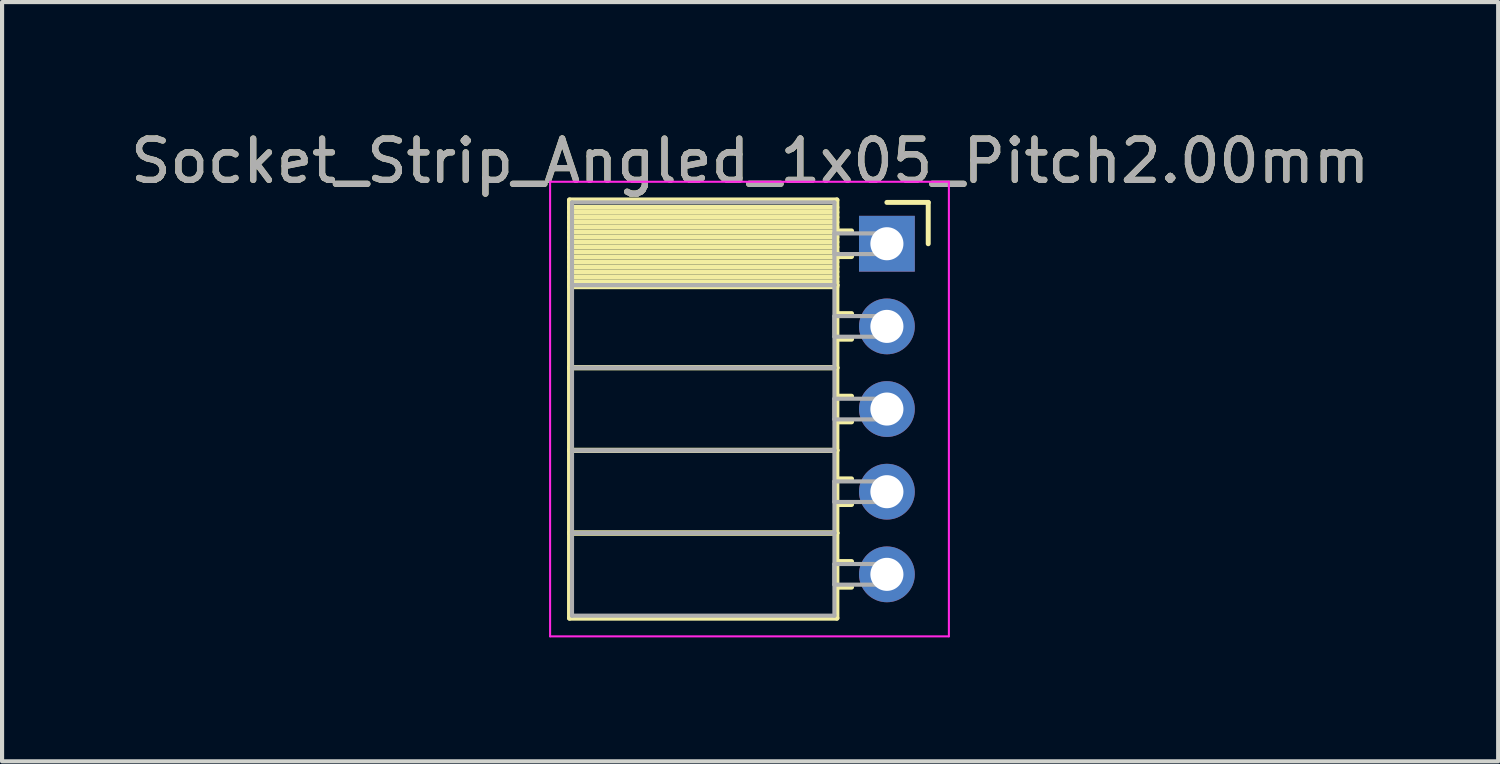
<source format=kicad_pcb>
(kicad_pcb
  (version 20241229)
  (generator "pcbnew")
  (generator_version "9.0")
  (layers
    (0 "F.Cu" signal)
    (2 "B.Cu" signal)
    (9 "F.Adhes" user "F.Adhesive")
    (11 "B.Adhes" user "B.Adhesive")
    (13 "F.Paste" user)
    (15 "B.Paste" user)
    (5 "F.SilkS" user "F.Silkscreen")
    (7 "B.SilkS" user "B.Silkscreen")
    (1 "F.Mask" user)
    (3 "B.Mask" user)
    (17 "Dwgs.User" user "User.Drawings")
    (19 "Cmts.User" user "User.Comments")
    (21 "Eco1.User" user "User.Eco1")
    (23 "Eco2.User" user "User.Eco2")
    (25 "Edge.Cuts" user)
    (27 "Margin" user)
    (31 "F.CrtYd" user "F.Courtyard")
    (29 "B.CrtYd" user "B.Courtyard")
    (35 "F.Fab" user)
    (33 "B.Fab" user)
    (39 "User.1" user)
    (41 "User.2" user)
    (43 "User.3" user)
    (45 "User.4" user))
  (footprint "Socket_Strip_Angled_1x05_Pitch2.00mm"
    (layer "F.Cu")
    (at 18.411 2.848)
    (property "Reference" "Socket_Strip_Angled_1x05_Pitch2.00mm" (at -3.31 -2 0) (layer "F.SilkS") (effects (font (size 1 1) (thickness 0.15))))
    (attr through_hole)
    (fp_line (start -7.68 -1.06) (end -1.21 -1.06) (stroke (width 0.12) (type solid)) (layer "F.SilkS"))
    (fp_line (start -7.68 1) (end -7.68 -1.06) (stroke (width 0.12) (type solid)) (layer "F.SilkS"))
    (fp_line (start -7.68 1) (end -1.21 1) (stroke (width 0.12) (type solid)) (layer "F.SilkS"))
    (fp_line (start -7.68 3) (end -7.68 1) (stroke (width 0.12) (type solid)) (layer "F.SilkS"))
    (fp_line (start -7.68 3) (end -1.21 3) (stroke (width 0.12) (type solid)) (layer "F.SilkS"))
    (fp_line (start -7.68 5) (end -7.68 3) (stroke (width 0.12) (type solid)) (layer "F.SilkS"))
    (fp_line (start -7.68 5) (end -1.21 5) (stroke (width 0.12) (type solid)) (layer "F.SilkS"))
    (fp_line (start -7.68 7) (end -7.68 5) (stroke (width 0.12) (type solid)) (layer "F.SilkS"))
    (fp_line (start -7.68 7) (end -1.21 7) (stroke (width 0.12) (type solid)) (layer "F.SilkS"))
    (fp_line (start -7.68 9.06) (end -7.68 7) (stroke (width 0.12) (type solid)) (layer "F.SilkS"))
    (fp_line (start -1.21 -1.06) (end -1.21 1) (stroke (width 0.12) (type solid)) (layer "F.SilkS"))
    (fp_line (start -1.21 -0.88) (end -7.68 -0.88) (stroke (width 0.12) (type solid)) (layer "F.SilkS"))
    (fp_line (start -1.21 -0.76) (end -7.68 -0.76) (stroke (width 0.12) (type solid)) (layer "F.SilkS"))
    (fp_line (start -1.21 -0.64) (end -7.68 -0.64) (stroke (width 0.12) (type solid)) (layer "F.SilkS"))
    (fp_line (start -1.21 -0.52) (end -7.68 -0.52) (stroke (width 0.12) (type solid)) (layer "F.SilkS"))
    (fp_line (start -1.21 -0.4) (end -7.68 -0.4) (stroke (width 0.12) (type solid)) (layer "F.SilkS"))
    (fp_line (start -1.21 -0.28) (end -7.68 -0.28) (stroke (width 0.12) (type solid)) (layer "F.SilkS"))
    (fp_line (start -1.21 -0.16) (end -7.68 -0.16) (stroke (width 0.12) (type solid)) (layer "F.SilkS"))
    (fp_line (start -1.21 -0.04) (end -7.68 -0.04) (stroke (width 0.12) (type solid)) (layer "F.SilkS"))
    (fp_line (start -1.21 0.08) (end -7.68 0.08) (stroke (width 0.12) (type solid)) (layer "F.SilkS"))
    (fp_line (start -1.21 0.2) (end -7.68 0.2) (stroke (width 0.12) (type solid)) (layer "F.SilkS"))
    (fp_line (start -1.21 0.32) (end -7.68 0.32) (stroke (width 0.12) (type solid)) (layer "F.SilkS"))
    (fp_line (start -1.21 0.44) (end -7.68 0.44) (stroke (width 0.12) (type solid)) (layer "F.SilkS"))
    (fp_line (start -1.21 0.56) (end -7.68 0.56) (stroke (width 0.12) (type solid)) (layer "F.SilkS"))
    (fp_line (start -1.21 0.68) (end -7.68 0.68) (stroke (width 0.12) (type solid)) (layer "F.SilkS"))
    (fp_line (start -1.21 0.8) (end -7.68 0.8) (stroke (width 0.12) (type solid)) (layer "F.SilkS"))
    (fp_line (start -1.21 0.92) (end -7.68 0.92) (stroke (width 0.12) (type solid)) (layer "F.SilkS"))
    (fp_line (start -1.21 1) (end -7.68 1) (stroke (width 0.12) (type solid)) (layer "F.SilkS"))
    (fp_line (start -1.21 1) (end -1.21 3) (stroke (width 0.12) (type solid)) (layer "F.SilkS"))
    (fp_line (start -1.21 1.04) (end -7.68 1.04) (stroke (width 0.12) (type solid)) (layer "F.SilkS"))
    (fp_line (start -1.21 3) (end -7.68 3) (stroke (width 0.12) (type solid)) (layer "F.SilkS"))
    (fp_line (start -1.21 3) (end -1.21 5) (stroke (width 0.12) (type solid)) (layer "F.SilkS"))
    (fp_line (start -1.21 5) (end -7.68 5) (stroke (width 0.12) (type solid)) (layer "F.SilkS"))
    (fp_line (start -1.21 5) (end -1.21 7) (stroke (width 0.12) (type solid)) (layer "F.SilkS"))
    (fp_line (start -1.21 7) (end -7.68 7) (stroke (width 0.12) (type solid)) (layer "F.SilkS"))
    (fp_line (start -1.21 7) (end -1.21 9.06) (stroke (width 0.12) (type solid)) (layer "F.SilkS"))
    (fp_line (start -1.21 9.06) (end -7.68 9.06) (stroke (width 0.12) (type solid)) (layer "F.SilkS"))
    (fp_line (start -0.855 -0.31) (end -1.21 -0.31) (stroke (width 0.12) (type solid)) (layer "F.SilkS"))
    (fp_line (start -0.855 0.31) (end -1.21 0.31) (stroke (width 0.12) (type solid)) (layer "F.SilkS"))
    (fp_line (start -0.855 1.69) (end -1.21 1.69) (stroke (width 0.12) (type solid)) (layer "F.SilkS"))
    (fp_line (start -0.855 2.31) (end -1.21 2.31) (stroke (width 0.12) (type solid)) (layer "F.SilkS"))
    (fp_line (start -0.855 3.69) (end -1.21 3.69) (stroke (width 0.12) (type solid)) (layer "F.SilkS"))
    (fp_line (start -0.855 4.31) (end -1.21 4.31) (stroke (width 0.12) (type solid)) (layer "F.SilkS"))
    (fp_line (start -0.855 5.69) (end -1.21 5.69) (stroke (width 0.12) (type solid)) (layer "F.SilkS"))
    (fp_line (start -0.855 6.31) (end -1.21 6.31) (stroke (width 0.12) (type solid)) (layer "F.SilkS"))
    (fp_line (start -0.855 7.69) (end -1.21 7.69) (stroke (width 0.12) (type solid)) (layer "F.SilkS"))
    (fp_line (start -0.855 8.31) (end -1.21 8.31) (stroke (width 0.12) (type solid)) (layer "F.SilkS"))
    (fp_line (start 0 -1) (end 1 -1) (stroke (width 0.12) (type solid)) (layer "F.SilkS"))
    (fp_line (start 1 -1) (end 1 0) (stroke (width 0.12) (type solid)) (layer "F.SilkS"))
    (fp_line (start -8.15 -1.5) (end 1.5 -1.5) (stroke (width 0.05) (type solid)) (layer "F.CrtYd"))
    (fp_line (start -8.15 9.5) (end -8.15 -1.5) (stroke (width 0.05) (type solid)) (layer "F.CrtYd"))
    (fp_line (start 1.5 -1.5) (end 1.5 9.5) (stroke (width 0.05) (type solid)) (layer "F.CrtYd"))
    (fp_line (start 1.5 9.5) (end -8.15 9.5) (stroke (width 0.05) (type solid)) (layer "F.CrtYd"))
    (fp_line (start -7.62 -1) (end -1.27 -1) (stroke (width 0.1) (type solid)) (layer "F.Fab"))
    (fp_line (start -7.62 1) (end -7.62 -1) (stroke (width 0.1) (type solid)) (layer "F.Fab"))
    (fp_line (start -7.62 1) (end -1.27 1) (stroke (width 0.1) (type solid)) (layer "F.Fab"))
    (fp_line (start -7.62 3) (end -7.62 1) (stroke (width 0.1) (type solid)) (layer "F.Fab"))
    (fp_line (start -7.62 3) (end -1.27 3) (stroke (width 0.1) (type solid)) (layer "F.Fab"))
    (fp_line (start -7.62 5) (end -7.62 3) (stroke (width 0.1) (type solid)) (layer "F.Fab"))
    (fp_line (start -7.62 5) (end -1.27 5) (stroke (width 0.1) (type solid)) (layer "F.Fab"))
    (fp_line (start -7.62 7) (end -7.62 5) (stroke (width 0.1) (type solid)) (layer "F.Fab"))
    (fp_line (start -7.62 7) (end -1.27 7) (stroke (width 0.1) (type solid)) (layer "F.Fab"))
    (fp_line (start -7.62 9) (end -7.62 7) (stroke (width 0.1) (type solid)) (layer "F.Fab"))
    (fp_line (start -1.27 -1) (end -1.27 1) (stroke (width 0.1) (type solid)) (layer "F.Fab"))
    (fp_line (start -1.27 -0.25) (end 0 -0.25) (stroke (width 0.1) (type solid)) (layer "F.Fab"))
    (fp_line (start -1.27 0.25) (end -1.27 -0.25) (stroke (width 0.1) (type solid)) (layer "F.Fab"))
    (fp_line (start -1.27 1) (end -7.62 1) (stroke (width 0.1) (type solid)) (layer "F.Fab"))
    (fp_line (start -1.27 1) (end -1.27 3) (stroke (width 0.1) (type solid)) (layer "F.Fab"))
    (fp_line (start -1.27 1.75) (end 0 1.75) (stroke (width 0.1) (type solid)) (layer "F.Fab"))
    (fp_line (start -1.27 2.25) (end -1.27 1.75) (stroke (width 0.1) (type solid)) (layer "F.Fab"))
    (fp_line (start -1.27 3) (end -7.62 3) (stroke (width 0.1) (type solid)) (layer "F.Fab"))
    (fp_line (start -1.27 3) (end -1.27 5) (stroke (width 0.1) (type solid)) (layer "F.Fab"))
    (fp_line (start -1.27 3.75) (end 0 3.75) (stroke (width 0.1) (type solid)) (layer "F.Fab"))
    (fp_line (start -1.27 4.25) (end -1.27 3.75) (stroke (width 0.1) (type solid)) (layer "F.Fab"))
    (fp_line (start -1.27 5) (end -7.62 5) (stroke (width 0.1) (type solid)) (layer "F.Fab"))
    (fp_line (start -1.27 5) (end -1.27 7) (stroke (width 0.1) (type solid)) (layer "F.Fab"))
    (fp_line (start -1.27 5.75) (end 0 5.75) (stroke (width 0.1) (type solid)) (layer "F.Fab"))
    (fp_line (start -1.27 6.25) (end -1.27 5.75) (stroke (width 0.1) (type solid)) (layer "F.Fab"))
    (fp_line (start -1.27 7) (end -7.62 7) (stroke (width 0.1) (type solid)) (layer "F.Fab"))
    (fp_line (start -1.27 7) (end -1.27 9) (stroke (width 0.1) (type solid)) (layer "F.Fab"))
    (fp_line (start -1.27 7.75) (end 0 7.75) (stroke (width 0.1) (type solid)) (layer "F.Fab"))
    (fp_line (start -1.27 8.25) (end -1.27 7.75) (stroke (width 0.1) (type solid)) (layer "F.Fab"))
    (fp_line (start -1.27 9) (end -7.62 9) (stroke (width 0.1) (type solid)) (layer "F.Fab"))
    (fp_line (start 0 -0.25) (end 0 0.25) (stroke (width 0.1) (type solid)) (layer "F.Fab"))
    (fp_line (start 0 0.25) (end -1.27 0.25) (stroke (width 0.1) (type solid)) (layer "F.Fab"))
    (fp_line (start 0 1.75) (end 0 2.25) (stroke (width 0.1) (type solid)) (layer "F.Fab"))
    (fp_line (start 0 2.25) (end -1.27 2.25) (stroke (width 0.1) (type solid)) (layer "F.Fab"))
    (fp_line (start 0 3.75) (end 0 4.25) (stroke (width 0.1) (type solid)) (layer "F.Fab"))
    (fp_line (start 0 4.25) (end -1.27 4.25) (stroke (width 0.1) (type solid)) (layer "F.Fab"))
    (fp_line (start 0 5.75) (end 0 6.25) (stroke (width 0.1) (type solid)) (layer "F.Fab"))
    (fp_line (start 0 6.25) (end -1.27 6.25) (stroke (width 0.1) (type solid)) (layer "F.Fab"))
    (fp_line (start 0 7.75) (end 0 8.25) (stroke (width 0.1) (type solid)) (layer "F.Fab"))
    (fp_line (start 0 8.25) (end -1.27 8.25) (stroke (width 0.1) (type solid)) (layer "F.Fab"))
    (fp_text user "${REFERENCE}" (at -3.31 -2 0) (layer "F.Fab") (effects (font (size 1 1) (thickness 0.15))))
    (pad "1" thru_hole rect (at 0 0) (size 1.35 1.35) (drill 0.8) (layers "*.Cu" "*.Mask"))
    (pad "2" thru_hole oval (at 0 2) (size 1.35 1.35) (drill 0.8) (layers "*.Cu" "*.Mask"))
    (pad "3" thru_hole oval (at 0 4) (size 1.35 1.35) (drill 0.8) (layers "*.Cu" "*.Mask"))
    (pad "4" thru_hole oval (at 0 6) (size 1.35 1.35) (drill 0.8) (layers "*.Cu" "*.Mask"))
    (pad "5" thru_hole oval (at 0 8) (size 1.35 1.35) (drill 0.8) (layers "*.Cu" "*.Mask")))
  (gr_rect
    (start -3 -3)
    (end 33.202 15.373)
    (stroke (width 0.1) (type default))
    (fill no)
    (layer "Edge.Cuts")))
</source>
